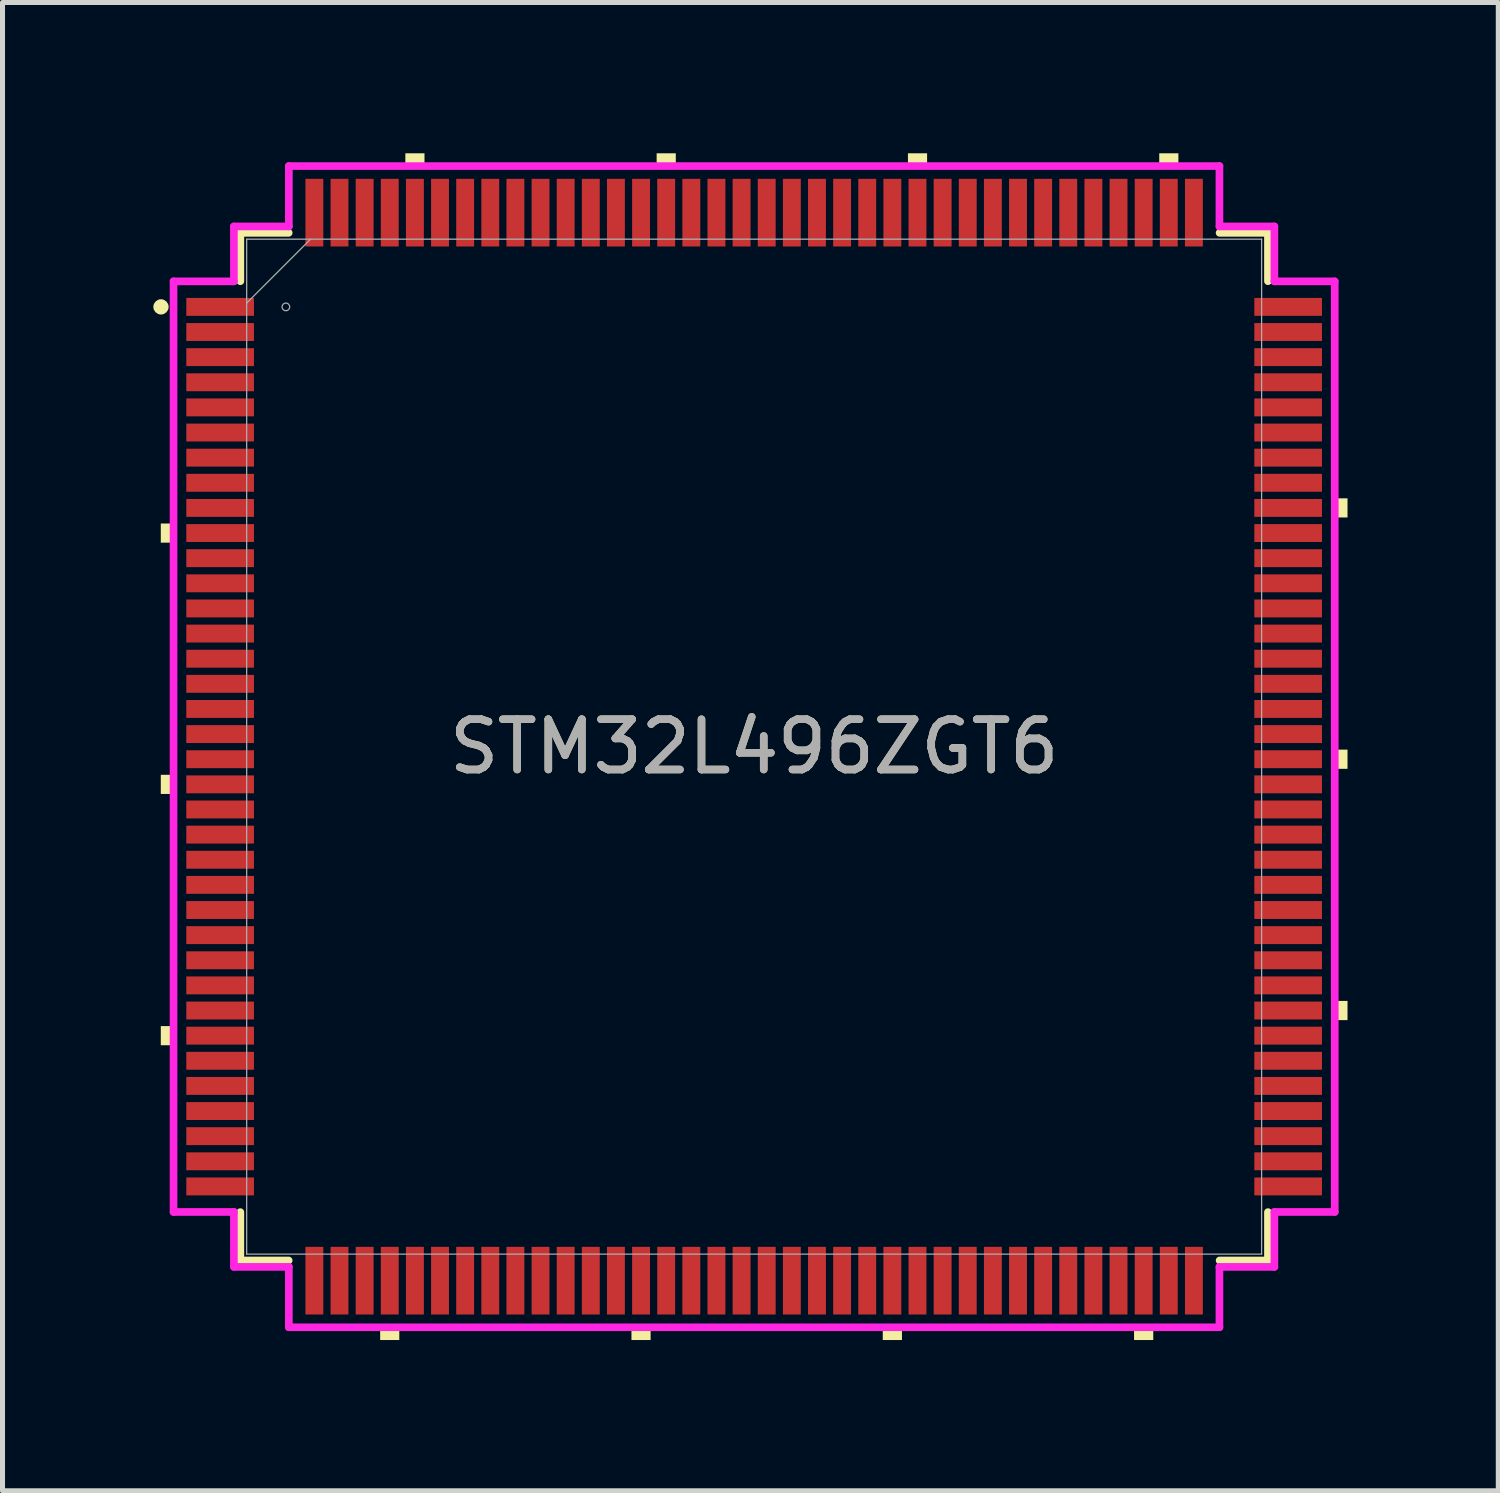
<source format=kicad_pcb>
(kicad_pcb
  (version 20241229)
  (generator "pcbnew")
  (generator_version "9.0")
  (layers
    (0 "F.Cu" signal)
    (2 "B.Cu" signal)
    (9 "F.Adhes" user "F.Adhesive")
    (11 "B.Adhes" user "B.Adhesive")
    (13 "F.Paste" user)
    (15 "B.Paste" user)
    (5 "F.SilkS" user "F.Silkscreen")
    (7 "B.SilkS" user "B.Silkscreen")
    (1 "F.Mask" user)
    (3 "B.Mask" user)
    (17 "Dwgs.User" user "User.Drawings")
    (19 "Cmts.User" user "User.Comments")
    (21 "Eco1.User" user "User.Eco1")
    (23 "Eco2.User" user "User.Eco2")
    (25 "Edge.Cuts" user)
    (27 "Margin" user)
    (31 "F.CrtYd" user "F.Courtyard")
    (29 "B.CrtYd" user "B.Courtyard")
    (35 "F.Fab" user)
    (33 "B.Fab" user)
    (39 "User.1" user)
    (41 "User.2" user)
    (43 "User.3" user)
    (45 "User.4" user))
  (footprint "STM32L496ZGT6"
    (layer "F.Cu")
    (at 11.955 11.806)
    (property "Reference" "STM32L496ZGT6" (at 0 0 0) (unlocked yes) (layer "F.SilkS") (effects (font (size 1 1) (thickness 0.15))))
    (attr smd)
    (fp_line (start -10.223 -10.223) (end -10.223 -9.261) (stroke (width 0.152) (type solid)) (layer "F.SilkS"))
    (fp_line (start -10.223 9.261) (end -10.223 10.223) (stroke (width 0.152) (type solid)) (layer "F.SilkS"))
    (fp_line (start -10.223 10.223) (end -9.261 10.223) (stroke (width 0.152) (type solid)) (layer "F.SilkS"))
    (fp_line (start -9.261 -10.223) (end -10.223 -10.223) (stroke (width 0.152) (type solid)) (layer "F.SilkS"))
    (fp_line (start 9.261 10.223) (end 10.223 10.223) (stroke (width 0.152) (type solid)) (layer "F.SilkS"))
    (fp_line (start 10.223 -10.223) (end 9.261 -10.223) (stroke (width 0.152) (type solid)) (layer "F.SilkS"))
    (fp_line (start 10.223 -9.261) (end 10.223 -10.223) (stroke (width 0.152) (type solid)) (layer "F.SilkS"))
    (fp_line (start 10.223 10.223) (end 10.223 9.261) (stroke (width 0.152) (type solid)) (layer "F.SilkS"))
    (fp_circle (center -11.802 -8.75) (end -11.726 -8.75) (stroke (width 0.152) (type solid)) (fill no) (layer "F.SilkS"))
    (fp_poly (pts (xy -11.806 -4.44) (xy -11.806 -4.059) (xy -11.552 -4.059) (xy -11.552 -4.44)) (stroke (width 0) (type solid)) (fill yes) (layer "F.SilkS"))
    (fp_poly (pts (xy -11.806 0.56) (xy -11.806 0.941) (xy -11.552 0.941) (xy -11.552 0.56)) (stroke (width 0) (type solid)) (fill yes) (layer "F.SilkS"))
    (fp_poly (pts (xy -11.806 5.56) (xy -11.806 5.941) (xy -11.552 5.941) (xy -11.552 5.56)) (stroke (width 0) (type solid)) (fill yes) (layer "F.SilkS"))
    (fp_poly (pts (xy -7.441 11.552) (xy -7.441 11.806) (xy -7.06 11.806) (xy -7.06 11.552)) (stroke (width 0) (type solid)) (fill yes) (layer "F.SilkS"))
    (fp_poly (pts (xy -6.94 -11.552) (xy -6.94 -11.806) (xy -6.559 -11.806) (xy -6.559 -11.552)) (stroke (width 0) (type solid)) (fill yes) (layer "F.SilkS"))
    (fp_poly (pts (xy -2.441 11.552) (xy -2.441 11.806) (xy -2.06 11.806) (xy -2.06 11.552)) (stroke (width 0) (type solid)) (fill yes) (layer "F.SilkS"))
    (fp_poly (pts (xy -1.94 -11.552) (xy -1.94 -11.806) (xy -1.559 -11.806) (xy -1.559 -11.552)) (stroke (width 0) (type solid)) (fill yes) (layer "F.SilkS"))
    (fp_poly (pts (xy 2.559 11.552) (xy 2.559 11.806) (xy 2.941 11.806) (xy 2.941 11.552)) (stroke (width 0) (type solid)) (fill yes) (layer "F.SilkS"))
    (fp_poly (pts (xy 3.06 -11.552) (xy 3.06 -11.806) (xy 3.441 -11.806) (xy 3.441 -11.552)) (stroke (width 0) (type solid)) (fill yes) (layer "F.SilkS"))
    (fp_poly (pts (xy 7.559 11.552) (xy 7.559 11.806) (xy 7.941 11.806) (xy 7.941 11.552)) (stroke (width 0) (type solid)) (fill yes) (layer "F.SilkS"))
    (fp_poly (pts (xy 8.06 -11.552) (xy 8.06 -11.806) (xy 8.441 -11.806) (xy 8.441 -11.552)) (stroke (width 0) (type solid)) (fill yes) (layer "F.SilkS"))
    (fp_poly (pts (xy 11.806 -4.941) (xy 11.806 -4.56) (xy 11.552 -4.56) (xy 11.552 -4.941)) (stroke (width 0) (type solid)) (fill yes) (layer "F.SilkS"))
    (fp_poly (pts (xy 11.806 0.059) (xy 11.806 0.441) (xy 11.552 0.441) (xy 11.552 0.059)) (stroke (width 0) (type solid)) (fill yes) (layer "F.SilkS"))
    (fp_poly (pts (xy 11.806 5.059) (xy 11.806 5.441) (xy 11.552 5.441) (xy 11.552 5.059)) (stroke (width 0) (type solid)) (fill yes) (layer "F.SilkS"))
    (fp_line (start -11.552 -9.258) (end -10.351 -9.258) (stroke (width 0.152) (type solid)) (layer "F.CrtYd"))
    (fp_line (start -11.552 9.258) (end -11.552 -9.258) (stroke (width 0.152) (type solid)) (layer "F.CrtYd"))
    (fp_line (start -10.351 -10.351) (end -9.258 -10.351) (stroke (width 0.152) (type solid)) (layer "F.CrtYd"))
    (fp_line (start -10.351 -9.258) (end -10.351 -10.351) (stroke (width 0.152) (type solid)) (layer "F.CrtYd"))
    (fp_line (start -10.351 9.258) (end -11.552 9.258) (stroke (width 0.152) (type solid)) (layer "F.CrtYd"))
    (fp_line (start -10.351 10.351) (end -10.351 9.258) (stroke (width 0.152) (type solid)) (layer "F.CrtYd"))
    (fp_line (start -9.258 -11.552) (end 9.258 -11.552) (stroke (width 0.152) (type solid)) (layer "F.CrtYd"))
    (fp_line (start -9.258 -10.351) (end -9.258 -11.552) (stroke (width 0.152) (type solid)) (layer "F.CrtYd"))
    (fp_line (start -9.258 10.351) (end -10.351 10.351) (stroke (width 0.152) (type solid)) (layer "F.CrtYd"))
    (fp_line (start -9.258 11.552) (end -9.258 10.351) (stroke (width 0.152) (type solid)) (layer "F.CrtYd"))
    (fp_line (start 9.258 -11.552) (end 9.258 -10.351) (stroke (width 0.152) (type solid)) (layer "F.CrtYd"))
    (fp_line (start 9.258 -10.351) (end 10.351 -10.351) (stroke (width 0.152) (type solid)) (layer "F.CrtYd"))
    (fp_line (start 9.258 10.351) (end 9.258 11.552) (stroke (width 0.152) (type solid)) (layer "F.CrtYd"))
    (fp_line (start 9.258 11.552) (end -9.258 11.552) (stroke (width 0.152) (type solid)) (layer "F.CrtYd"))
    (fp_line (start 10.351 -10.351) (end 10.351 -9.258) (stroke (width 0.152) (type solid)) (layer "F.CrtYd"))
    (fp_line (start 10.351 -9.258) (end 11.552 -9.258) (stroke (width 0.152) (type solid)) (layer "F.CrtYd"))
    (fp_line (start 10.351 9.258) (end 10.351 10.351) (stroke (width 0.152) (type solid)) (layer "F.CrtYd"))
    (fp_line (start 10.351 10.351) (end 9.258 10.351) (stroke (width 0.152) (type solid)) (layer "F.CrtYd"))
    (fp_line (start 11.552 -9.258) (end 11.552 9.258) (stroke (width 0.152) (type solid)) (layer "F.CrtYd"))
    (fp_line (start 11.552 9.258) (end 10.351 9.258) (stroke (width 0.152) (type solid)) (layer "F.CrtYd"))
    (fp_line (start -10.097 -10.097) (end -10.097 10.097) (stroke (width 0.025) (type solid)) (layer "F.Fab"))
    (fp_line (start -10.097 -8.826) (end -8.826 -10.097) (stroke (width 0.025) (type solid)) (layer "F.Fab"))
    (fp_line (start -10.097 10.097) (end 10.097 10.097) (stroke (width 0.025) (type solid)) (layer "F.Fab"))
    (fp_line (start 10.097 -10.097) (end -10.097 -10.097) (stroke (width 0.025) (type solid)) (layer "F.Fab"))
    (fp_line (start 10.097 10.097) (end 10.097 -10.097) (stroke (width 0.025) (type solid)) (layer "F.Fab"))
    (fp_circle (center -9.317 -8.75) (end -9.241 -8.75) (stroke (width 0.025) (type solid)) (fill no) (layer "F.Fab"))
    (fp_text user "${REFERENCE}" (at 0 0 0) (unlocked yes) (layer "F.Fab") (effects (font (size 1 1) (thickness 0.15))))
    (pad "1" smd rect (at -10.625 -8.75) (size 1.346 0.356) (layers "F.Cu" "F.Mask" "F.Paste"))
    (pad "2" smd rect (at -10.625 -8.25) (size 1.346 0.356) (layers "F.Cu" "F.Mask" "F.Paste"))
    (pad "3" smd rect (at -10.625 -7.75) (size 1.346 0.356) (layers "F.Cu" "F.Mask" "F.Paste"))
    (pad "4" smd rect (at -10.625 -7.25) (size 1.346 0.356) (layers "F.Cu" "F.Mask" "F.Paste"))
    (pad "5" smd rect (at -10.625 -6.75) (size 1.346 0.356) (layers "F.Cu" "F.Mask" "F.Paste"))
    (pad "6" smd rect (at -10.625 -6.25) (size 1.346 0.356) (layers "F.Cu" "F.Mask" "F.Paste"))
    (pad "7" smd rect (at -10.625 -5.75) (size 1.346 0.356) (layers "F.Cu" "F.Mask" "F.Paste"))
    (pad "8" smd rect (at -10.625 -5.25) (size 1.346 0.356) (layers "F.Cu" "F.Mask" "F.Paste"))
    (pad "9" smd rect (at -10.625 -4.75) (size 1.346 0.356) (layers "F.Cu" "F.Mask" "F.Paste"))
    (pad "10" smd rect (at -10.625 -4.25) (size 1.346 0.356) (layers "F.Cu" "F.Mask" "F.Paste"))
    (pad "11" smd rect (at -10.625 -3.75) (size 1.346 0.356) (layers "F.Cu" "F.Mask" "F.Paste"))
    (pad "12" smd rect (at -10.625 -3.25) (size 1.346 0.356) (layers "F.Cu" "F.Mask" "F.Paste"))
    (pad "13" smd rect (at -10.625 -2.75) (size 1.346 0.356) (layers "F.Cu" "F.Mask" "F.Paste"))
    (pad "14" smd rect (at -10.625 -2.25) (size 1.346 0.356) (layers "F.Cu" "F.Mask" "F.Paste"))
    (pad "15" smd rect (at -10.625 -1.75) (size 1.346 0.356) (layers "F.Cu" "F.Mask" "F.Paste"))
    (pad "16" smd rect (at -10.625 -1.25) (size 1.346 0.356) (layers "F.Cu" "F.Mask" "F.Paste"))
    (pad "17" smd rect (at -10.625 -0.75) (size 1.346 0.356) (layers "F.Cu" "F.Mask" "F.Paste"))
    (pad "18" smd rect (at -10.625 -0.25) (size 1.346 0.356) (layers "F.Cu" "F.Mask" "F.Paste"))
    (pad "19" smd rect (at -10.625 0.25) (size 1.346 0.356) (layers "F.Cu" "F.Mask" "F.Paste"))
    (pad "20" smd rect (at -10.625 0.75) (size 1.346 0.356) (layers "F.Cu" "F.Mask" "F.Paste"))
    (pad "21" smd rect (at -10.625 1.25) (size 1.346 0.356) (layers "F.Cu" "F.Mask" "F.Paste"))
    (pad "22" smd rect (at -10.625 1.75) (size 1.346 0.356) (layers "F.Cu" "F.Mask" "F.Paste"))
    (pad "23" smd rect (at -10.625 2.25) (size 1.346 0.356) (layers "F.Cu" "F.Mask" "F.Paste"))
    (pad "24" smd rect (at -10.625 2.75) (size 1.346 0.356) (layers "F.Cu" "F.Mask" "F.Paste"))
    (pad "25" smd rect (at -10.625 3.25) (size 1.346 0.356) (layers "F.Cu" "F.Mask" "F.Paste"))
    (pad "26" smd rect (at -10.625 3.75) (size 1.346 0.356) (layers "F.Cu" "F.Mask" "F.Paste"))
    (pad "27" smd rect (at -10.625 4.25) (size 1.346 0.356) (layers "F.Cu" "F.Mask" "F.Paste"))
    (pad "28" smd rect (at -10.625 4.75) (size 1.346 0.356) (layers "F.Cu" "F.Mask" "F.Paste"))
    (pad "29" smd rect (at -10.625 5.25) (size 1.346 0.356) (layers "F.Cu" "F.Mask" "F.Paste"))
    (pad "30" smd rect (at -10.625 5.75) (size 1.346 0.356) (layers "F.Cu" "F.Mask" "F.Paste"))
    (pad "31" smd rect (at -10.625 6.25) (size 1.346 0.356) (layers "F.Cu" "F.Mask" "F.Paste"))
    (pad "32" smd rect (at -10.625 6.75) (size 1.346 0.356) (layers "F.Cu" "F.Mask" "F.Paste"))
    (pad "33" smd rect (at -10.625 7.25) (size 1.346 0.356) (layers "F.Cu" "F.Mask" "F.Paste"))
    (pad "34" smd rect (at -10.625 7.75) (size 1.346 0.356) (layers "F.Cu" "F.Mask" "F.Paste"))
    (pad "35" smd rect (at -10.625 8.25) (size 1.346 0.356) (layers "F.Cu" "F.Mask" "F.Paste"))
    (pad "36" smd rect (at -10.625 8.75) (size 1.346 0.356) (layers "F.Cu" "F.Mask" "F.Paste"))
    (pad "37" smd rect (at -8.75 10.625 90) (size 1.346 0.356) (layers "F.Cu" "F.Mask" "F.Paste"))
    (pad "38" smd rect (at -8.25 10.625 90) (size 1.346 0.356) (layers "F.Cu" "F.Mask" "F.Paste"))
    (pad "39" smd rect (at -7.75 10.625 90) (size 1.346 0.356) (layers "F.Cu" "F.Mask" "F.Paste"))
    (pad "40" smd rect (at -7.25 10.625 90) (size 1.346 0.356) (layers "F.Cu" "F.Mask" "F.Paste"))
    (pad "41" smd rect (at -6.75 10.625 90) (size 1.346 0.356) (layers "F.Cu" "F.Mask" "F.Paste"))
    (pad "42" smd rect (at -6.25 10.625 90) (size 1.346 0.356) (layers "F.Cu" "F.Mask" "F.Paste"))
    (pad "43" smd rect (at -5.75 10.625 90) (size 1.346 0.356) (layers "F.Cu" "F.Mask" "F.Paste"))
    (pad "44" smd rect (at -5.25 10.625 90) (size 1.346 0.356) (layers "F.Cu" "F.Mask" "F.Paste"))
    (pad "45" smd rect (at -4.75 10.625 90) (size 1.346 0.356) (layers "F.Cu" "F.Mask" "F.Paste"))
    (pad "46" smd rect (at -4.25 10.625 90) (size 1.346 0.356) (layers "F.Cu" "F.Mask" "F.Paste"))
    (pad "47" smd rect (at -3.75 10.625 90) (size 1.346 0.356) (layers "F.Cu" "F.Mask" "F.Paste"))
    (pad "48" smd rect (at -3.25 10.625 90) (size 1.346 0.356) (layers "F.Cu" "F.Mask" "F.Paste"))
    (pad "49" smd rect (at -2.75 10.625 90) (size 1.346 0.356) (layers "F.Cu" "F.Mask" "F.Paste"))
    (pad "50" smd rect (at -2.25 10.625 90) (size 1.346 0.356) (layers "F.Cu" "F.Mask" "F.Paste"))
    (pad "51" smd rect (at -1.75 10.625 90) (size 1.346 0.356) (layers "F.Cu" "F.Mask" "F.Paste"))
    (pad "52" smd rect (at -1.25 10.625 90) (size 1.346 0.356) (layers "F.Cu" "F.Mask" "F.Paste"))
    (pad "53" smd rect (at -0.75 10.625 90) (size 1.346 0.356) (layers "F.Cu" "F.Mask" "F.Paste"))
    (pad "54" smd rect (at -0.25 10.625 90) (size 1.346 0.356) (layers "F.Cu" "F.Mask" "F.Paste"))
    (pad "55" smd rect (at 0.25 10.625 90) (size 1.346 0.356) (layers "F.Cu" "F.Mask" "F.Paste"))
    (pad "56" smd rect (at 0.75 10.625 90) (size 1.346 0.356) (layers "F.Cu" "F.Mask" "F.Paste"))
    (pad "57" smd rect (at 1.25 10.625 90) (size 1.346 0.356) (layers "F.Cu" "F.Mask" "F.Paste"))
    (pad "58" smd rect (at 1.75 10.625 90) (size 1.346 0.356) (layers "F.Cu" "F.Mask" "F.Paste"))
    (pad "59" smd rect (at 2.25 10.625 90) (size 1.346 0.356) (layers "F.Cu" "F.Mask" "F.Paste"))
    (pad "60" smd rect (at 2.75 10.625 90) (size 1.346 0.356) (layers "F.Cu" "F.Mask" "F.Paste"))
    (pad "61" smd rect (at 3.25 10.625 90) (size 1.346 0.356) (layers "F.Cu" "F.Mask" "F.Paste"))
    (pad "62" smd rect (at 3.75 10.625 90) (size 1.346 0.356) (layers "F.Cu" "F.Mask" "F.Paste"))
    (pad "63" smd rect (at 4.25 10.625 90) (size 1.346 0.356) (layers "F.Cu" "F.Mask" "F.Paste"))
    (pad "64" smd rect (at 4.75 10.625 90) (size 1.346 0.356) (layers "F.Cu" "F.Mask" "F.Paste"))
    (pad "65" smd rect (at 5.25 10.625 90) (size 1.346 0.356) (layers "F.Cu" "F.Mask" "F.Paste"))
    (pad "66" smd rect (at 5.75 10.625 90) (size 1.346 0.356) (layers "F.Cu" "F.Mask" "F.Paste"))
    (pad "67" smd rect (at 6.25 10.625 90) (size 1.346 0.356) (layers "F.Cu" "F.Mask" "F.Paste"))
    (pad "68" smd rect (at 6.75 10.625 90) (size 1.346 0.356) (layers "F.Cu" "F.Mask" "F.Paste"))
    (pad "69" smd rect (at 7.25 10.625 90) (size 1.346 0.356) (layers "F.Cu" "F.Mask" "F.Paste"))
    (pad "70" smd rect (at 7.75 10.625 90) (size 1.346 0.356) (layers "F.Cu" "F.Mask" "F.Paste"))
    (pad "71" smd rect (at 8.25 10.625 90) (size 1.346 0.356) (layers "F.Cu" "F.Mask" "F.Paste"))
    (pad "72" smd rect (at 8.75 10.625 90) (size 1.346 0.356) (layers "F.Cu" "F.Mask" "F.Paste"))
    (pad "73" smd rect (at 10.625 8.75) (size 1.346 0.356) (layers "F.Cu" "F.Mask" "F.Paste"))
    (pad "74" smd rect (at 10.625 8.25) (size 1.346 0.356) (layers "F.Cu" "F.Mask" "F.Paste"))
    (pad "75" smd rect (at 10.625 7.75) (size 1.346 0.356) (layers "F.Cu" "F.Mask" "F.Paste"))
    (pad "76" smd rect (at 10.625 7.25) (size 1.346 0.356) (layers "F.Cu" "F.Mask" "F.Paste"))
    (pad "77" smd rect (at 10.625 6.75) (size 1.346 0.356) (layers "F.Cu" "F.Mask" "F.Paste"))
    (pad "78" smd rect (at 10.625 6.25) (size 1.346 0.356) (layers "F.Cu" "F.Mask" "F.Paste"))
    (pad "79" smd rect (at 10.625 5.75) (size 1.346 0.356) (layers "F.Cu" "F.Mask" "F.Paste"))
    (pad "80" smd rect (at 10.625 5.25) (size 1.346 0.356) (layers "F.Cu" "F.Mask" "F.Paste"))
    (pad "81" smd rect (at 10.625 4.75) (size 1.346 0.356) (layers "F.Cu" "F.Mask" "F.Paste"))
    (pad "82" smd rect (at 10.625 4.25) (size 1.346 0.356) (layers "F.Cu" "F.Mask" "F.Paste"))
    (pad "83" smd rect (at 10.625 3.75) (size 1.346 0.356) (layers "F.Cu" "F.Mask" "F.Paste"))
    (pad "84" smd rect (at 10.625 3.25) (size 1.346 0.356) (layers "F.Cu" "F.Mask" "F.Paste"))
    (pad "85" smd rect (at 10.625 2.75) (size 1.346 0.356) (layers "F.Cu" "F.Mask" "F.Paste"))
    (pad "86" smd rect (at 10.625 2.25) (size 1.346 0.356) (layers "F.Cu" "F.Mask" "F.Paste"))
    (pad "87" smd rect (at 10.625 1.75) (size 1.346 0.356) (layers "F.Cu" "F.Mask" "F.Paste"))
    (pad "88" smd rect (at 10.625 1.25) (size 1.346 0.356) (layers "F.Cu" "F.Mask" "F.Paste"))
    (pad "89" smd rect (at 10.625 0.75) (size 1.346 0.356) (layers "F.Cu" "F.Mask" "F.Paste"))
    (pad "90" smd rect (at 10.625 0.25) (size 1.346 0.356) (layers "F.Cu" "F.Mask" "F.Paste"))
    (pad "91" smd rect (at 10.625 -0.25) (size 1.346 0.356) (layers "F.Cu" "F.Mask" "F.Paste"))
    (pad "92" smd rect (at 10.625 -0.75) (size 1.346 0.356) (layers "F.Cu" "F.Mask" "F.Paste"))
    (pad "93" smd rect (at 10.625 -1.25) (size 1.346 0.356) (layers "F.Cu" "F.Mask" "F.Paste"))
    (pad "94" smd rect (at 10.625 -1.75) (size 1.346 0.356) (layers "F.Cu" "F.Mask" "F.Paste"))
    (pad "95" smd rect (at 10.625 -2.25) (size 1.346 0.356) (layers "F.Cu" "F.Mask" "F.Paste"))
    (pad "96" smd rect (at 10.625 -2.75) (size 1.346 0.356) (layers "F.Cu" "F.Mask" "F.Paste"))
    (pad "97" smd rect (at 10.625 -3.25) (size 1.346 0.356) (layers "F.Cu" "F.Mask" "F.Paste"))
    (pad "98" smd rect (at 10.625 -3.75) (size 1.346 0.356) (layers "F.Cu" "F.Mask" "F.Paste"))
    (pad "99" smd rect (at 10.625 -4.25) (size 1.346 0.356) (layers "F.Cu" "F.Mask" "F.Paste"))
    (pad "100" smd rect (at 10.625 -4.75) (size 1.346 0.356) (layers "F.Cu" "F.Mask" "F.Paste"))
    (pad "101" smd rect (at 10.625 -5.25) (size 1.346 0.356) (layers "F.Cu" "F.Mask" "F.Paste"))
    (pad "102" smd rect (at 10.625 -5.75) (size 1.346 0.356) (layers "F.Cu" "F.Mask" "F.Paste"))
    (pad "103" smd rect (at 10.625 -6.25) (size 1.346 0.356) (layers "F.Cu" "F.Mask" "F.Paste"))
    (pad "104" smd rect (at 10.625 -6.75) (size 1.346 0.356) (layers "F.Cu" "F.Mask" "F.Paste"))
    (pad "105" smd rect (at 10.625 -7.25) (size 1.346 0.356) (layers "F.Cu" "F.Mask" "F.Paste"))
    (pad "106" smd rect (at 10.625 -7.75) (size 1.346 0.356) (layers "F.Cu" "F.Mask" "F.Paste"))
    (pad "107" smd rect (at 10.625 -8.25) (size 1.346 0.356) (layers "F.Cu" "F.Mask" "F.Paste"))
    (pad "108" smd rect (at 10.625 -8.75) (size 1.346 0.356) (layers "F.Cu" "F.Mask" "F.Paste"))
    (pad "109" smd rect (at 8.75 -10.625 90) (size 1.346 0.356) (layers "F.Cu" "F.Mask" "F.Paste"))
    (pad "110" smd rect (at 8.25 -10.625 90) (size 1.346 0.356) (layers "F.Cu" "F.Mask" "F.Paste"))
    (pad "111" smd rect (at 7.75 -10.625 90) (size 1.346 0.356) (layers "F.Cu" "F.Mask" "F.Paste"))
    (pad "112" smd rect (at 7.25 -10.625 90) (size 1.346 0.356) (layers "F.Cu" "F.Mask" "F.Paste"))
    (pad "113" smd rect (at 6.75 -10.625 90) (size 1.346 0.356) (layers "F.Cu" "F.Mask" "F.Paste"))
    (pad "114" smd rect (at 6.25 -10.625 90) (size 1.346 0.356) (layers "F.Cu" "F.Mask" "F.Paste"))
    (pad "115" smd rect (at 5.75 -10.625 90) (size 1.346 0.356) (layers "F.Cu" "F.Mask" "F.Paste"))
    (pad "116" smd rect (at 5.25 -10.625 90) (size 1.346 0.356) (layers "F.Cu" "F.Mask" "F.Paste"))
    (pad "117" smd rect (at 4.75 -10.625 90) (size 1.346 0.356) (layers "F.Cu" "F.Mask" "F.Paste"))
    (pad "118" smd rect (at 4.25 -10.625 90) (size 1.346 0.356) (layers "F.Cu" "F.Mask" "F.Paste"))
    (pad "119" smd rect (at 3.75 -10.625 90) (size 1.346 0.356) (layers "F.Cu" "F.Mask" "F.Paste"))
    (pad "120" smd rect (at 3.25 -10.625 90) (size 1.346 0.356) (layers "F.Cu" "F.Mask" "F.Paste"))
    (pad "121" smd rect (at 2.75 -10.625 90) (size 1.346 0.356) (layers "F.Cu" "F.Mask" "F.Paste"))
    (pad "122" smd rect (at 2.25 -10.625 90) (size 1.346 0.356) (layers "F.Cu" "F.Mask" "F.Paste"))
    (pad "123" smd rect (at 1.75 -10.625 90) (size 1.346 0.356) (layers "F.Cu" "F.Mask" "F.Paste"))
    (pad "124" smd rect (at 1.25 -10.625 90) (size 1.346 0.356) (layers "F.Cu" "F.Mask" "F.Paste"))
    (pad "125" smd rect (at 0.75 -10.625 90) (size 1.346 0.356) (layers "F.Cu" "F.Mask" "F.Paste"))
    (pad "126" smd rect (at 0.25 -10.625 90) (size 1.346 0.356) (layers "F.Cu" "F.Mask" "F.Paste"))
    (pad "127" smd rect (at -0.25 -10.625 90) (size 1.346 0.356) (layers "F.Cu" "F.Mask" "F.Paste"))
    (pad "128" smd rect (at -0.75 -10.625 90) (size 1.346 0.356) (layers "F.Cu" "F.Mask" "F.Paste"))
    (pad "129" smd rect (at -1.25 -10.625 90) (size 1.346 0.356) (layers "F.Cu" "F.Mask" "F.Paste"))
    (pad "130" smd rect (at -1.75 -10.625 90) (size 1.346 0.356) (layers "F.Cu" "F.Mask" "F.Paste"))
    (pad "131" smd rect (at -2.25 -10.625 90) (size 1.346 0.356) (layers "F.Cu" "F.Mask" "F.Paste"))
    (pad "132" smd rect (at -2.75 -10.625 90) (size 1.346 0.356) (layers "F.Cu" "F.Mask" "F.Paste"))
    (pad "133" smd rect (at -3.25 -10.625 90) (size 1.346 0.356) (layers "F.Cu" "F.Mask" "F.Paste"))
    (pad "134" smd rect (at -3.75 -10.625 90) (size 1.346 0.356) (layers "F.Cu" "F.Mask" "F.Paste"))
    (pad "135" smd rect (at -4.25 -10.625 90) (size 1.346 0.356) (layers "F.Cu" "F.Mask" "F.Paste"))
    (pad "136" smd rect (at -4.75 -10.625 90) (size 1.346 0.356) (layers "F.Cu" "F.Mask" "F.Paste"))
    (pad "137" smd rect (at -5.25 -10.625 90) (size 1.346 0.356) (layers "F.Cu" "F.Mask" "F.Paste"))
    (pad "138" smd rect (at -5.75 -10.625 90) (size 1.346 0.356) (layers "F.Cu" "F.Mask" "F.Paste"))
    (pad "139" smd rect (at -6.25 -10.625 90) (size 1.346 0.356) (layers "F.Cu" "F.Mask" "F.Paste"))
    (pad "140" smd rect (at -6.75 -10.625 90) (size 1.346 0.356) (layers "F.Cu" "F.Mask" "F.Paste"))
    (pad "141" smd rect (at -7.25 -10.625 90) (size 1.346 0.356) (layers "F.Cu" "F.Mask" "F.Paste"))
    (pad "142" smd rect (at -7.75 -10.625 90) (size 1.346 0.356) (layers "F.Cu" "F.Mask" "F.Paste"))
    (pad "143" smd rect (at -8.25 -10.625 90) (size 1.346 0.356) (layers "F.Cu" "F.Mask" "F.Paste"))
    (pad "144" smd rect (at -8.75 -10.625 90) (size 1.346 0.356) (layers "F.Cu" "F.Mask" "F.Paste")))
  (gr_rect
    (start -3 -3)
    (end 26.761 26.612)
    (stroke (width 0.1) (type default))
    (fill no)
    (layer "Edge.Cuts")))
</source>
